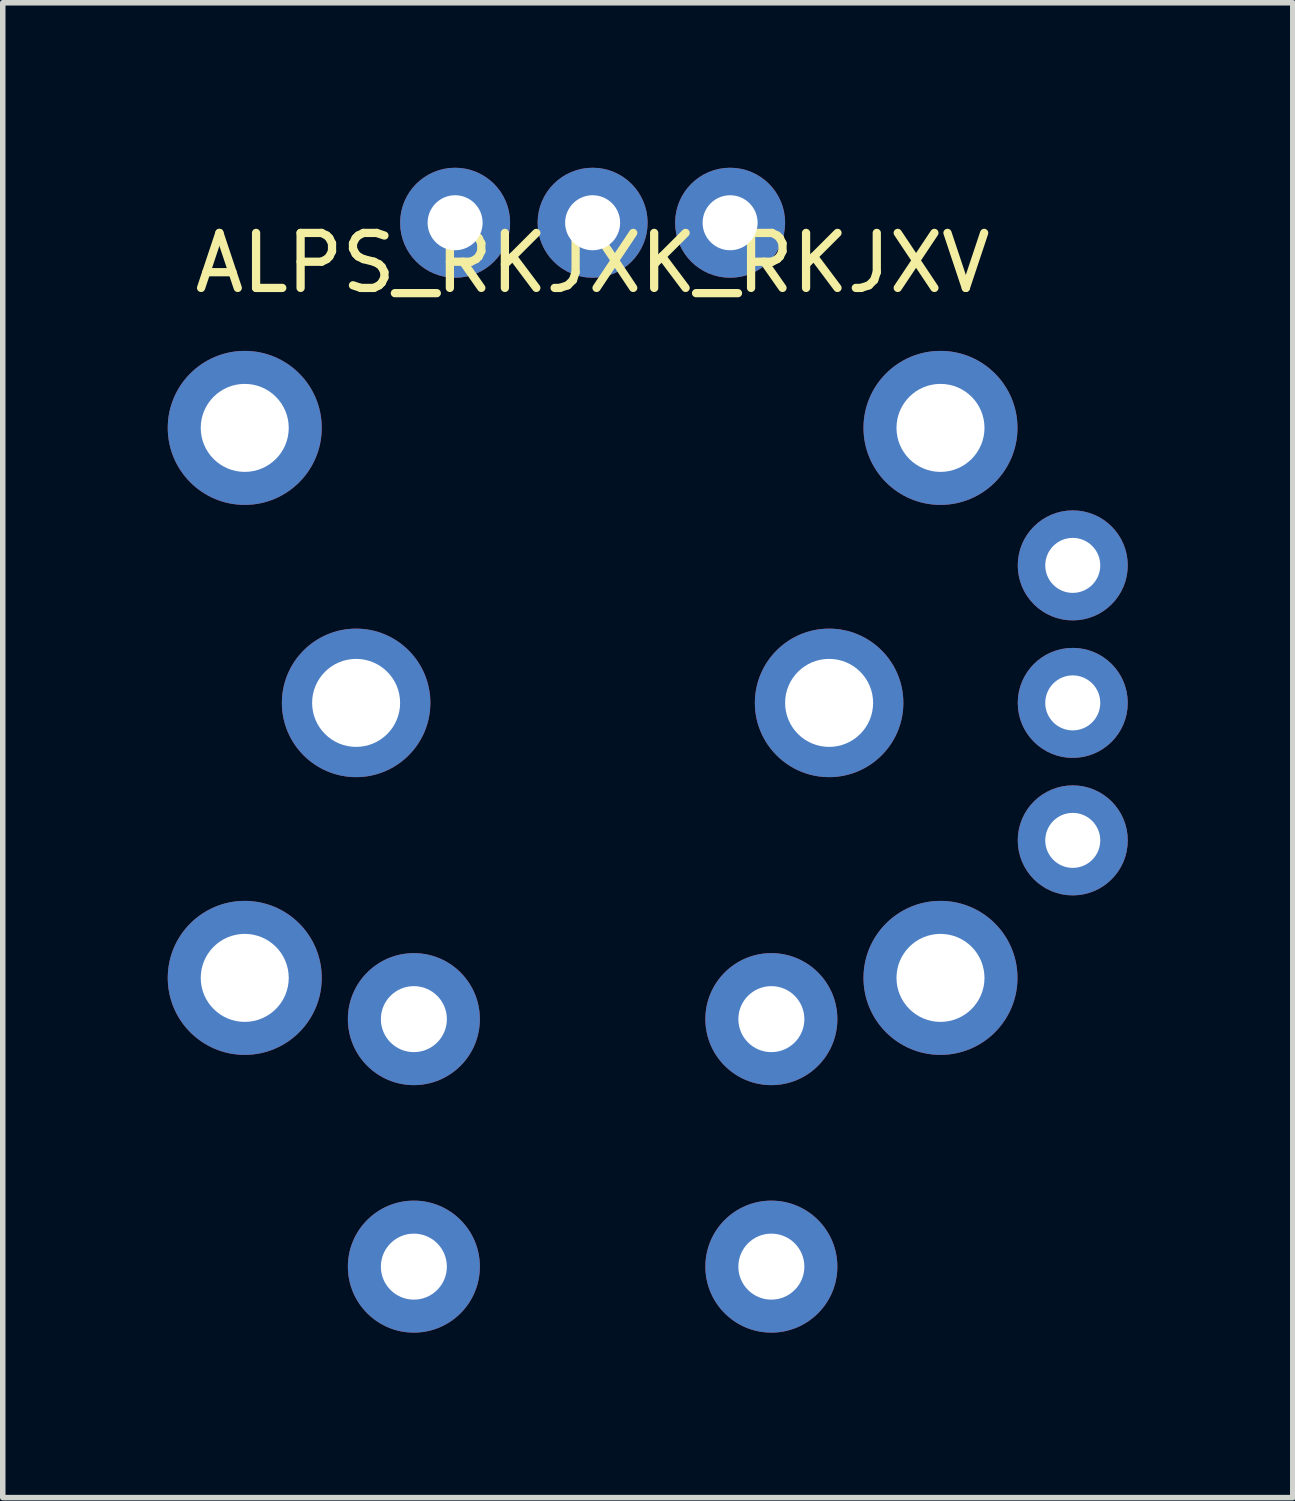
<source format=kicad_pcb>
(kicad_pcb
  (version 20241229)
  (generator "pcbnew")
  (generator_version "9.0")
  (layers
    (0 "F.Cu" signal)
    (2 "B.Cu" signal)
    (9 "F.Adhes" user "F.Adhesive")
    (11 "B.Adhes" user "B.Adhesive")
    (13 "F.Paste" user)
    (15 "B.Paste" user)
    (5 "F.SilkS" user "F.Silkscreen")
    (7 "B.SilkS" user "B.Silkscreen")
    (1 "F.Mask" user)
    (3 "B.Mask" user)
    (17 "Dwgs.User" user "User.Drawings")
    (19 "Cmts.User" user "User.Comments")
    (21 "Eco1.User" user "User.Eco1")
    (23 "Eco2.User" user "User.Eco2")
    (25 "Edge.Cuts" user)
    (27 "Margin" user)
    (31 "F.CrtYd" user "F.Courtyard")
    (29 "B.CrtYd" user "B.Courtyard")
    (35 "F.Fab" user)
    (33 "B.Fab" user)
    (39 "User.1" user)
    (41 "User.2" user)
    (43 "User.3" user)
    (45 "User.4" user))
  (footprint "ALPS_RKJXK_RKJXV"
    (layer "F.Cu")
    (at 7.725 9.73)
    (property "Reference" "ALPS_RKJXK_RKJXV" (at 0 -8 0) (unlocked yes) (layer "F.SilkS") (effects (font (size 1 1) (thickness 0.15))))
    (attr smd)
    (pad "1" thru_hole circle (at 8.73 2.5) (size 2 2) (drill 1) (layers "*.Cu" "*.Mask"))
    (pad "2" thru_hole circle (at 8.73 0) (size 2 2) (drill 1) (layers "*.Cu" "*.Mask"))
    (pad "3" thru_hole circle (at 8.73 -2.5) (size 2 2) (drill 1) (layers "*.Cu" "*.Mask"))
    (pad "4" thru_hole circle (at 2.5 -8.73 90) (size 2 2) (drill 1) (layers "*.Cu" "*.Mask"))
    (pad "5" thru_hole circle (at 0 -8.73 90) (size 2 2) (drill 1) (layers "*.Cu" "*.Mask"))
    (pad "6" thru_hole circle (at -2.5 -8.73 90) (size 2 2) (drill 1) (layers "*.Cu" "*.Mask"))
    (pad "7" thru_hole circle (at -3.25 5.75 90) (size 2.4 2.4) (drill 1.2) (layers "*.Cu" "*.Mask"))
    (pad "8" thru_hole circle (at -3.25 10.25 90) (size 2.4 2.4) (drill 1.2) (layers "*.Cu" "*.Mask"))
    (pad "9" thru_hole circle (at 3.25 10.25 90) (size 2.4 2.4) (drill 1.2) (layers "*.Cu" "*.Mask"))
    (pad "10" thru_hole circle (at 3.25 5.75 90) (size 2.4 2.4) (drill 1.2) (layers "*.Cu" "*.Mask"))
    (pad "11" thru_hole circle (at -6.325 -5 90) (size 2.8 2.8) (drill 1.6) (layers "*.Cu" "*.Mask"))
    (pad "11" thru_hole circle (at -6.325 5 90) (size 2.8 2.8) (drill 1.6) (layers "*.Cu" "*.Mask"))
    (pad "11" thru_hole circle (at -4.3 0 90) (size 2.7 2.7) (drill 1.6) (layers "*.Cu" "*.Mask"))
    (pad "11" thru_hole circle (at 4.3 0 90) (size 2.7 2.7) (drill 1.6) (layers "*.Cu" "*.Mask"))
    (pad "11" thru_hole circle (at 6.325 -5 90) (size 2.8 2.8) (drill 1.6) (layers "*.Cu" "*.Mask"))
    (pad "11" thru_hole circle (at 6.325 5 90) (size 2.8 2.8) (drill 1.6) (layers "*.Cu" "*.Mask"))
    (zone (net_name "") (layers "F.Cu" "B.Cu") (hatch edge 0.508) (connect_pads) (min_thickness 0.254) (filled_areas_thickness no) (keepout (tracks not_allowed) (vias not_allowed) (pads not_allowed) (copperpour allowed) (footprints allowed)) (placement (enabled no)) (fill) (polygon (pts (xy 5.225 8.23) (xy 2.725 8.23) (xy 2.725 5.73) (xy 5.225 5.73))))
    (zone (net_name "") (layers "F.Cu" "B.Cu") (hatch edge 0.508) (connect_pads) (min_thickness 0.254) (filled_areas_thickness no) (keepout (tracks not_allowed) (vias not_allowed) (pads not_allowed) (copperpour allowed) (footprints allowed)) (placement (enabled no)) (fill) (polygon (pts (xy 5.225 13.73) (xy 2.725 13.73) (xy 2.725 11.23) (xy 5.225 11.23))))
    (zone (net_name "") (layers "F.Cu" "B.Cu") (hatch edge 0.508) (connect_pads) (min_thickness 0.254) (filled_areas_thickness no) (keepout (tracks not_allowed) (vias not_allowed) (pads not_allowed) (copperpour allowed) (footprints allowed)) (placement (enabled no)) (fill) (polygon (pts (xy 9.725 18.73) (xy 5.675 18.73) (xy 5.725 7.73) (xy 9.725 7.73))))
    (zone (net_name "") (layers "F.Cu" "B.Cu") (hatch edge 0.508) (connect_pads) (min_thickness 0.254) (filled_areas_thickness no) (keepout (tracks not_allowed) (vias not_allowed) (pads not_allowed) (copperpour allowed) (footprints allowed)) (placement (enabled no)) (fill) (polygon (pts (xy 12.725 8.23) (xy 10.225 8.23) (xy 10.225 5.73) (xy 12.725 5.73))))
    (zone (net_name "") (layers "F.Cu" "B.Cu") (hatch edge 0.508) (connect_pads) (min_thickness 0.254) (filled_areas_thickness no) (keepout (tracks not_allowed) (vias not_allowed) (pads not_allowed) (copperpour allowed) (footprints allowed)) (placement (enabled no)) (fill) (polygon (pts (xy 12.725 13.73) (xy 10.225 13.73) (xy 10.225 11.23) (xy 12.725 11.23)))))
  (gr_rect
    (start -3 -3)
    (end 20.455 24.18)
    (stroke (width 0.1) (type default))
    (fill no)
    (layer "Edge.Cuts")))
</source>
